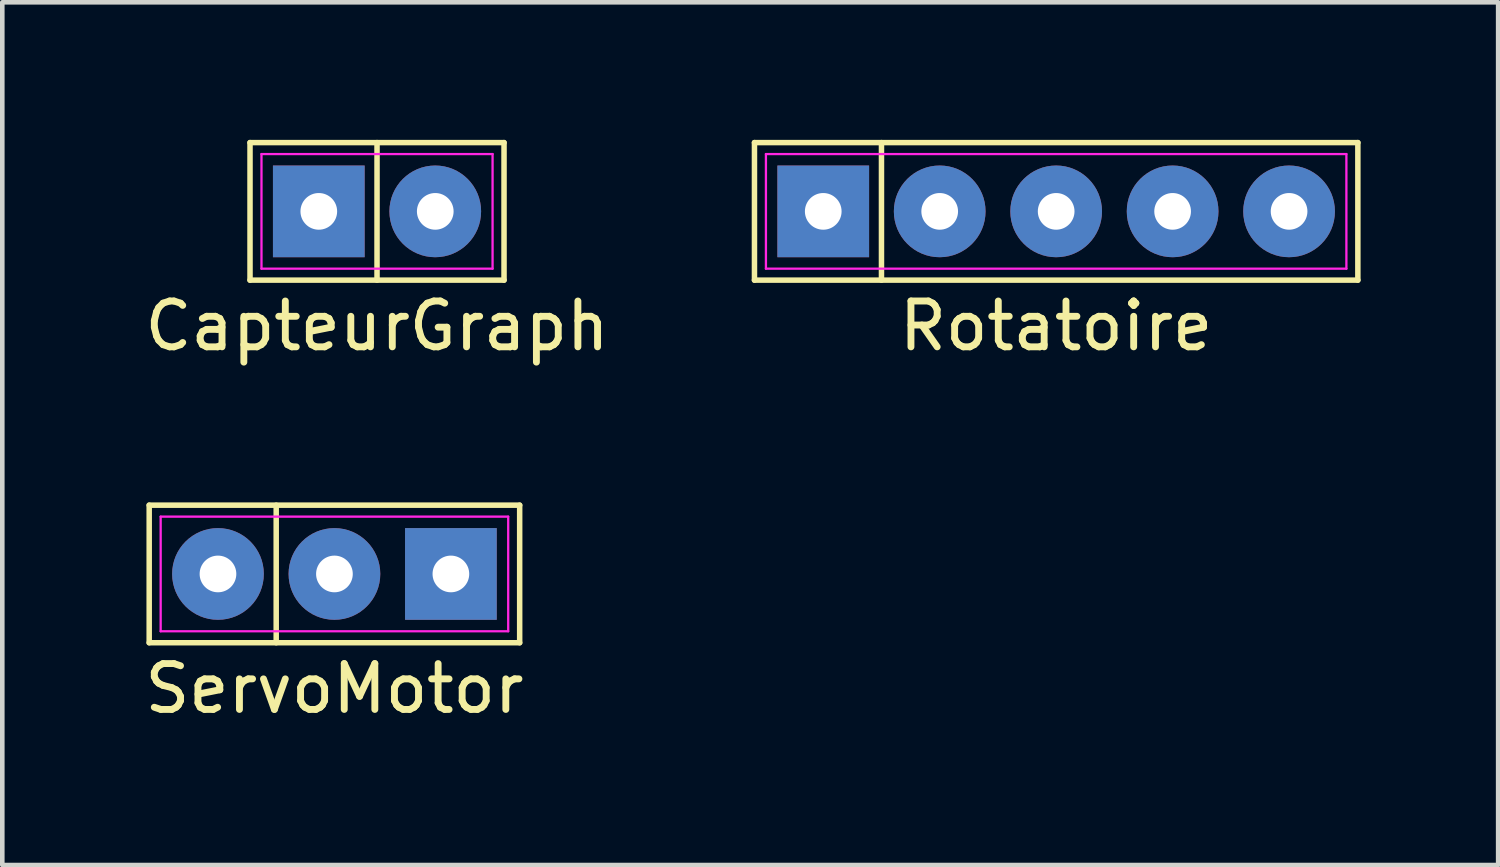
<source format=kicad_pcb>
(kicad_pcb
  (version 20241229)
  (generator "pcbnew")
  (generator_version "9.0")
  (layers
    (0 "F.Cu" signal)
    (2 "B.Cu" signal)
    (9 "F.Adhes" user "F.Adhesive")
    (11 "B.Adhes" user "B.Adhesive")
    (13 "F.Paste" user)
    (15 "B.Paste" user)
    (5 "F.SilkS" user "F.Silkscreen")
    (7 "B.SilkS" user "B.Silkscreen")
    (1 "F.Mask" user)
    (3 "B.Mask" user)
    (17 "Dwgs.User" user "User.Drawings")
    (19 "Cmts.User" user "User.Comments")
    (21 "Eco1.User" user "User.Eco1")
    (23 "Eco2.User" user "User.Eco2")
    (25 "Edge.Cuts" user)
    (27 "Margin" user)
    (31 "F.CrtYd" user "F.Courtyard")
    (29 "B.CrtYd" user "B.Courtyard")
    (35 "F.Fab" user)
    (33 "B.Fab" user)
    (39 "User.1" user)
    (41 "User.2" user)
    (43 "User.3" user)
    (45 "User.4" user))
  (footprint "ServoMotor"
    (layer "F.Cu")
    (at 4.244 9.468)
    (property "Reference" "ServoMotor" (at 0 2.5 0) (layer "F.SilkS") (effects (font (size 1 1) (thickness 0.15))))
    (attr through_hole)
    (fp_line (start -4.04 -1.5) (end 4.04 -1.5) (stroke (width 0.12) (type default)) (layer "F.SilkS"))
    (fp_line (start -4.04 1.5) (end -4.04 -1.5) (stroke (width 0.12) (type default)) (layer "F.SilkS"))
    (fp_line (start -1.27 -1.5) (end -1.27 1.5) (stroke (width 0.12) (type default)) (layer "F.SilkS"))
    (fp_line (start 4.04 -1.5) (end 4.04 1.5) (stroke (width 0.12) (type default)) (layer "F.SilkS"))
    (fp_line (start 4.04 1.5) (end -4.04 1.5) (stroke (width 0.12) (type default)) (layer "F.SilkS"))
    (fp_line (start -3.79 -1.25) (end 3.79 -1.25) (stroke (width 0.05) (type default)) (layer "F.CrtYd"))
    (fp_line (start -3.79 1.25) (end -3.79 -1.25) (stroke (width 0.05) (type default)) (layer "F.CrtYd"))
    (fp_line (start 3.79 -1.25) (end 3.79 1.25) (stroke (width 0.05) (type default)) (layer "F.CrtYd"))
    (fp_line (start 3.79 1.25) (end -3.79 1.25) (stroke (width 0.05) (type default)) (layer "F.CrtYd"))
    (pad "1" thru_hole circle (at -2.54 0) (size 2 2) (drill 0.8) (layers "*.Cu" "*.Mask"))
    (pad "2" thru_hole circle (at 0 0) (size 2 2) (drill 0.8) (layers "*.Cu" "*.Mask"))
    (pad "3" thru_hole rect (at 2.54 0) (size 2 2) (drill 0.8) (layers "*.Cu" "*.Mask")))
  (footprint "CapteurGraph"
    (layer "F.Cu")
    (at 5.173 1.56)
    (property "Reference" "CapteurGraph" (at 0 2.5 0) (layer "F.SilkS") (effects (font (size 1 1) (thickness 0.15))))
    (attr through_hole)
    (fp_line (start -2.77 -1.5) (end 2.77 -1.5) (stroke (width 0.12) (type default)) (layer "F.SilkS"))
    (fp_line (start -2.77 1.5) (end -2.77 -1.5) (stroke (width 0.12) (type default)) (layer "F.SilkS"))
    (fp_line (start 0 -1.5) (end 0 1.5) (stroke (width 0.12) (type default)) (layer "F.SilkS"))
    (fp_line (start 2.77 -1.5) (end 2.77 1.5) (stroke (width 0.12) (type default)) (layer "F.SilkS"))
    (fp_line (start 2.77 1.5) (end -2.77 1.5) (stroke (width 0.12) (type default)) (layer "F.SilkS"))
    (fp_line (start -2.52 -1.25) (end 2.52 -1.25) (stroke (width 0.05) (type default)) (layer "F.CrtYd"))
    (fp_line (start -2.52 1.25) (end -2.52 -1.25) (stroke (width 0.05) (type default)) (layer "F.CrtYd"))
    (fp_line (start 2.52 -1.25) (end 2.52 1.25) (stroke (width 0.05) (type default)) (layer "F.CrtYd"))
    (fp_line (start 2.52 1.25) (end -2.52 1.25) (stroke (width 0.05) (type default)) (layer "F.CrtYd"))
    (pad "1" thru_hole rect (at -1.27 0) (size 2 2) (drill 0.8) (layers "*.Cu" "*.Mask"))
    (pad "2" thru_hole circle (at 1.27 0) (size 2 2) (drill 0.8) (layers "*.Cu" "*.Mask")))
  (footprint "Rotatoire"
    (layer "F.Cu")
    (at 19.985 1.56)
    (property "Reference" "Rotatoire" (at 0 2.5 0) (layer "F.SilkS") (effects (font (size 1 1) (thickness 0.15))))
    (attr through_hole)
    (fp_line (start -6.58 -1.5) (end 6.58 -1.5) (stroke (width 0.12) (type default)) (layer "F.SilkS"))
    (fp_line (start -6.58 1.5) (end -6.58 -1.5) (stroke (width 0.12) (type default)) (layer "F.SilkS"))
    (fp_line (start -3.81 -1.5) (end -3.81 1.5) (stroke (width 0.12) (type default)) (layer "F.SilkS"))
    (fp_line (start 6.58 -1.5) (end 6.58 1.5) (stroke (width 0.12) (type default)) (layer "F.SilkS"))
    (fp_line (start 6.58 1.5) (end -6.58 1.5) (stroke (width 0.12) (type default)) (layer "F.SilkS"))
    (fp_line (start -6.33 -1.25) (end 6.33 -1.25) (stroke (width 0.05) (type default)) (layer "F.CrtYd"))
    (fp_line (start -6.33 1.25) (end -6.33 -1.25) (stroke (width 0.05) (type default)) (layer "F.CrtYd"))
    (fp_line (start 6.33 -1.25) (end 6.33 1.25) (stroke (width 0.05) (type default)) (layer "F.CrtYd"))
    (fp_line (start 6.33 1.25) (end -6.33 1.25) (stroke (width 0.05) (type default)) (layer "F.CrtYd"))
    (pad "1" thru_hole rect (at -5.08 0) (size 2 2) (drill 0.8) (layers "*.Cu" "*.Mask"))
    (pad "2" thru_hole circle (at -2.54 0) (size 2 2) (drill 0.8) (layers "*.Cu" "*.Mask"))
    (pad "3" thru_hole circle (at 0 0) (size 2 2) (drill 0.8) (layers "*.Cu" "*.Mask"))
    (pad "4" thru_hole circle (at 2.54 0) (size 2 2) (drill 0.8) (layers "*.Cu" "*.Mask"))
    (pad "5" thru_hole circle (at 5.08 0) (size 2 2) (drill 0.8) (layers "*.Cu" "*.Mask")))
  (gr_rect
    (start -3 -3)
    (end 29.625 15.816)
    (stroke (width 0.1) (type default))
    (fill no)
    (layer "Edge.Cuts")))
</source>
